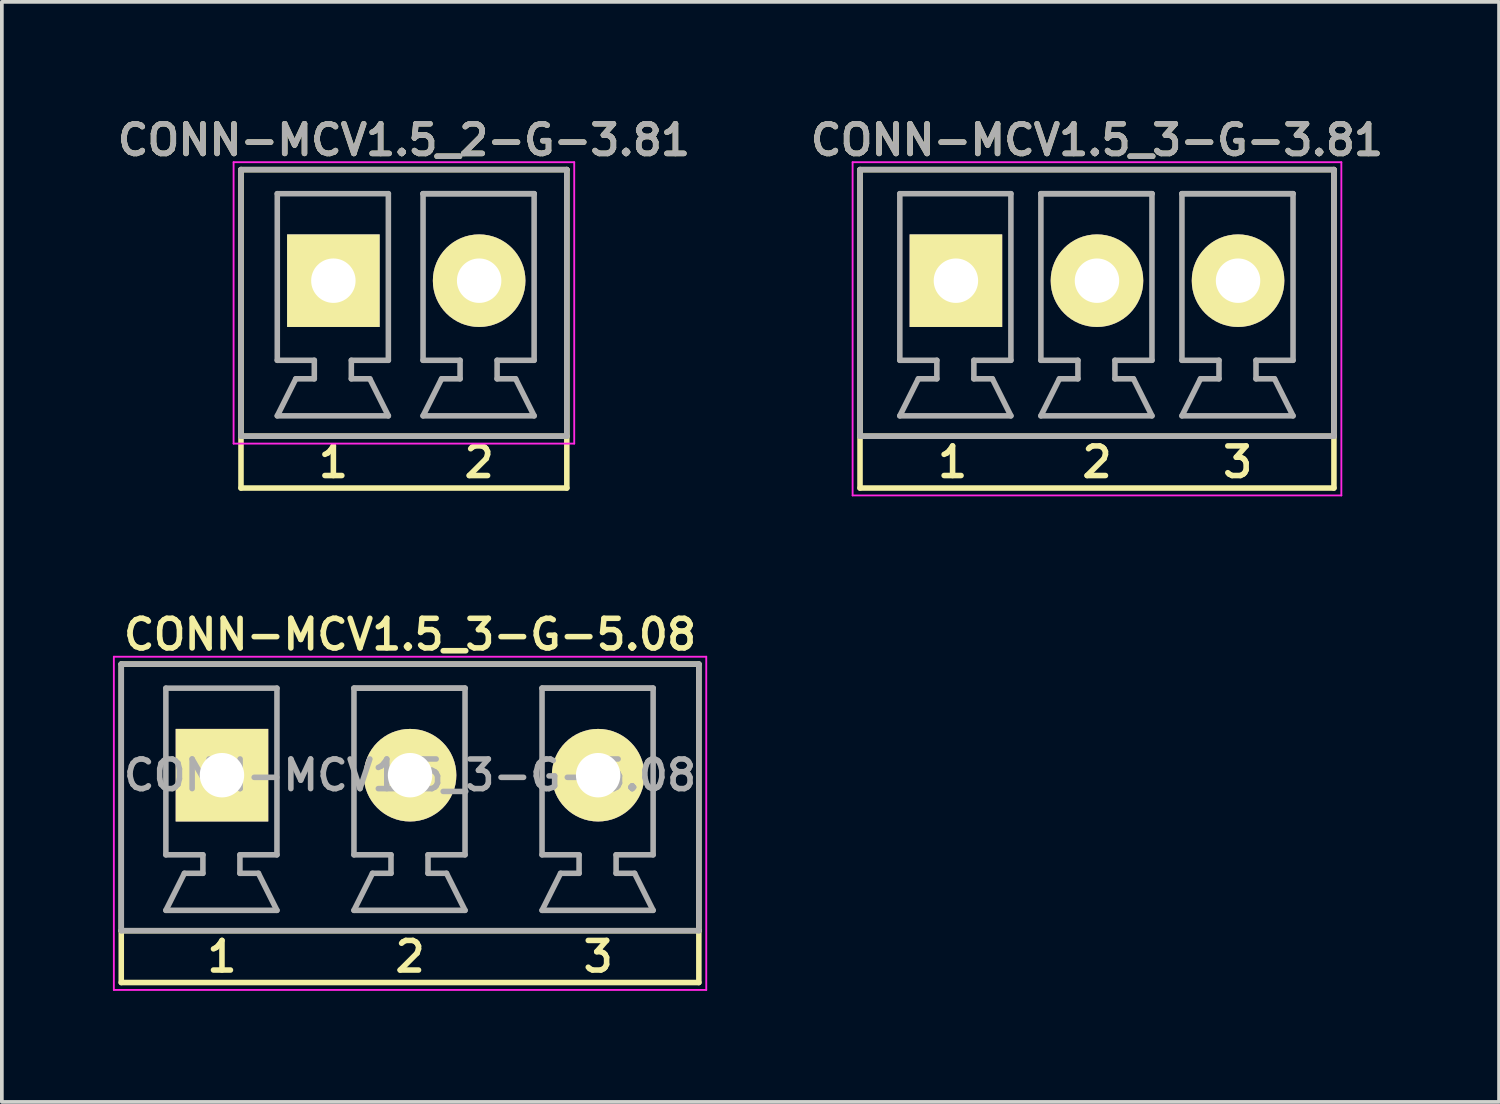
<source format=kicad_pcb>
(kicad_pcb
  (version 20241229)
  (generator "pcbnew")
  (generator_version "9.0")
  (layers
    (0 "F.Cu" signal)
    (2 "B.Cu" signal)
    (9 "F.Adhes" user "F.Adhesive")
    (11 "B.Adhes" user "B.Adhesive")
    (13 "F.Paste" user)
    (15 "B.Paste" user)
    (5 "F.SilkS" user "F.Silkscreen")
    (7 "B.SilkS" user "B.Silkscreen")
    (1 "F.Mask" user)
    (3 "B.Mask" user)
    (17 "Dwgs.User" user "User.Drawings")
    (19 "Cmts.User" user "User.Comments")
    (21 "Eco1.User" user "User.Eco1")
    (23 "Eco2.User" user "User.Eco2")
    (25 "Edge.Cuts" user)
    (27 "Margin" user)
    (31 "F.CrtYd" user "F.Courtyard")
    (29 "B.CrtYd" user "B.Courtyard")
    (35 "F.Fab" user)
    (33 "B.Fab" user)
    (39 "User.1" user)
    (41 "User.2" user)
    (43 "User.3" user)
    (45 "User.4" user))
  (footprint "CONN-MCV1.5_3-G-5.08"
    (layer "F.Cu")
    (at 8.025 17.887)
    (property "Reference" "CONN-MCV1.5_3-G-5.08" (at 0 -3.8 0) (layer "F.SilkS") (effects (font (size 0.8 0.8) (thickness 0.15))))
    (attr through_hole)
    (fp_line (start -7.8 -3) (end -7.8 4.2) (stroke (width 0.15) (type solid)) (layer "F.SilkS"))
    (fp_line (start -7.8 -3) (end 7.8 -3) (stroke (width 0.15) (type solid)) (layer "F.SilkS"))
    (fp_line (start -7.8 4.2) (end -7.8 5.6) (stroke (width 0.15) (type solid)) (layer "F.SilkS"))
    (fp_line (start -7.8 5.6) (end 7.8 5.6) (stroke (width 0.15) (type solid)) (layer "F.SilkS"))
    (fp_line (start 7.8 -3) (end 7.8 4.2) (stroke (width 0.15) (type solid)) (layer "F.SilkS"))
    (fp_line (start 7.8 4.2) (end -7.8 4.2) (stroke (width 0.15) (type solid)) (layer "F.SilkS"))
    (fp_line (start 7.8 5.6) (end 7.8 4.2) (stroke (width 0.15) (type solid)) (layer "F.SilkS"))
    (fp_line (start -8 -3.2) (end 8 -3.2) (stroke (width 0.05) (type solid)) (layer "F.CrtYd"))
    (fp_line (start -8 5.8) (end -8 -3.2) (stroke (width 0.05) (type solid)) (layer "F.CrtYd"))
    (fp_line (start 8 -3.2) (end 8 5.8) (stroke (width 0.05) (type solid)) (layer "F.CrtYd"))
    (fp_line (start 8 5.8) (end -8 5.8) (stroke (width 0.05) (type solid)) (layer "F.CrtYd"))
    (fp_line (start -7.8 -3) (end 7.8 -3) (stroke (width 0.15) (type solid)) (layer "F.Fab"))
    (fp_line (start -7.8 4.2) (end -7.8 -3) (stroke (width 0.15) (type solid)) (layer "F.Fab"))
    (fp_line (start -6.595 -2.35) (end -6.595 2.15) (stroke (width 0.15) (type solid)) (layer "F.Fab"))
    (fp_line (start -6.595 -2.35) (end -3.595 -2.35) (stroke (width 0.15) (type solid)) (layer "F.Fab"))
    (fp_line (start -6.595 3.65) (end -3.595 3.65) (stroke (width 0.15) (type solid)) (layer "F.Fab"))
    (fp_line (start -6.095 2.65) (end -6.595 3.65) (stroke (width 0.15) (type solid)) (layer "F.Fab"))
    (fp_line (start -5.595 2.15) (end -6.595 2.15) (stroke (width 0.15) (type solid)) (layer "F.Fab"))
    (fp_line (start -5.595 2.15) (end -5.595 2.65) (stroke (width 0.15) (type solid)) (layer "F.Fab"))
    (fp_line (start -5.595 2.65) (end -6.095 2.65) (stroke (width 0.15) (type solid)) (layer "F.Fab"))
    (fp_line (start -4.595 2.15) (end -4.595 2.65) (stroke (width 0.15) (type solid)) (layer "F.Fab"))
    (fp_line (start -4.595 2.65) (end -4.095 2.65) (stroke (width 0.15) (type solid)) (layer "F.Fab"))
    (fp_line (start -3.595 -2.35) (end -3.595 2.15) (stroke (width 0.15) (type solid)) (layer "F.Fab"))
    (fp_line (start -3.595 2.15) (end -4.595 2.15) (stroke (width 0.15) (type solid)) (layer "F.Fab"))
    (fp_line (start -3.595 3.65) (end -4.095 2.65) (stroke (width 0.15) (type solid)) (layer "F.Fab"))
    (fp_line (start -1.515 -2.35) (end -1.515 2.15) (stroke (width 0.15) (type solid)) (layer "F.Fab"))
    (fp_line (start -1.515 -2.35) (end 1.485 -2.35) (stroke (width 0.15) (type solid)) (layer "F.Fab"))
    (fp_line (start -1.515 -2.35) (end 1.485 -2.35) (stroke (width 0.15) (type solid)) (layer "F.Fab"))
    (fp_line (start -1.515 3.65) (end 1.485 3.65) (stroke (width 0.15) (type solid)) (layer "F.Fab"))
    (fp_line (start -1.015 2.65) (end -1.515 3.65) (stroke (width 0.15) (type solid)) (layer "F.Fab"))
    (fp_line (start -0.515 2.15) (end -1.515 2.15) (stroke (width 0.15) (type solid)) (layer "F.Fab"))
    (fp_line (start -0.515 2.15) (end -0.515 2.65) (stroke (width 0.15) (type solid)) (layer "F.Fab"))
    (fp_line (start -0.515 2.65) (end -1.015 2.65) (stroke (width 0.15) (type solid)) (layer "F.Fab"))
    (fp_line (start 0.485 2.15) (end 0.485 2.65) (stroke (width 0.15) (type solid)) (layer "F.Fab"))
    (fp_line (start 0.485 2.65) (end 0.985 2.65) (stroke (width 0.15) (type solid)) (layer "F.Fab"))
    (fp_line (start 1.485 -2.35) (end 1.485 2.15) (stroke (width 0.15) (type solid)) (layer "F.Fab"))
    (fp_line (start 1.485 2.15) (end 0.485 2.15) (stroke (width 0.15) (type solid)) (layer "F.Fab"))
    (fp_line (start 1.485 3.65) (end 0.985 2.65) (stroke (width 0.15) (type solid)) (layer "F.Fab"))
    (fp_line (start 3.565 -2.35) (end 3.565 2.15) (stroke (width 0.15) (type solid)) (layer "F.Fab"))
    (fp_line (start 3.565 -2.35) (end 6.565 -2.35) (stroke (width 0.15) (type solid)) (layer "F.Fab"))
    (fp_line (start 3.565 -2.35) (end 6.565 -2.35) (stroke (width 0.15) (type solid)) (layer "F.Fab"))
    (fp_line (start 3.565 3.65) (end 6.565 3.65) (stroke (width 0.15) (type solid)) (layer "F.Fab"))
    (fp_line (start 4.065 2.65) (end 3.565 3.65) (stroke (width 0.15) (type solid)) (layer "F.Fab"))
    (fp_line (start 4.565 2.15) (end 3.565 2.15) (stroke (width 0.15) (type solid)) (layer "F.Fab"))
    (fp_line (start 4.565 2.15) (end 4.565 2.65) (stroke (width 0.15) (type solid)) (layer "F.Fab"))
    (fp_line (start 4.565 2.65) (end 4.065 2.65) (stroke (width 0.15) (type solid)) (layer "F.Fab"))
    (fp_line (start 5.565 2.15) (end 5.565 2.65) (stroke (width 0.15) (type solid)) (layer "F.Fab"))
    (fp_line (start 5.565 2.65) (end 6.065 2.65) (stroke (width 0.15) (type solid)) (layer "F.Fab"))
    (fp_line (start 6.565 -2.35) (end 6.565 2.15) (stroke (width 0.15) (type solid)) (layer "F.Fab"))
    (fp_line (start 6.565 2.15) (end 5.565 2.15) (stroke (width 0.15) (type solid)) (layer "F.Fab"))
    (fp_line (start 6.565 3.65) (end 6.065 2.65) (stroke (width 0.15) (type solid)) (layer "F.Fab"))
    (fp_line (start 7.8 -3) (end 7.8 4.2) (stroke (width 0.15) (type solid)) (layer "F.Fab"))
    (fp_line (start 7.8 4.2) (end -7.8 4.2) (stroke (width 0.15) (type solid)) (layer "F.Fab"))
    (fp_text user "3" (at 5.08 4.9 0) (layer "F.SilkS") (effects (font (size 0.8 0.8) (thickness 0.15))))
    (fp_text user "2" (at 0 4.9 0) (layer "F.SilkS") (effects (font (size 0.8 0.8) (thickness 0.15))))
    (fp_text user "1" (at -5.08 4.9 0) (layer "F.SilkS") (effects (font (size 0.8 0.8) (thickness 0.15))))
    (fp_text user "${REFERENCE}" (at 0 0 0) (layer "F.Fab") (effects (font (size 0.8 0.8) (thickness 0.15))))
    (pad "1" thru_hole rect (at -5.08 0) (size 2.5 2.5) (drill 1.2) (layers "*.Cu" "*.Mask" "F.SilkS"))
    (pad "2" thru_hole circle (at 0 0) (size 2.5 2.5) (drill 1.2) (layers "*.Cu" "*.Mask" "F.SilkS"))
    (pad "3" thru_hole circle (at 5.08 0) (size 2.5 2.5) (drill 1.2) (layers "*.Cu" "*.Mask" "F.SilkS")))
  (footprint "CONN-MCV1.5_2-G-3.81"
    (layer "F.Cu")
    (at 7.859 4.531)
    (property "Reference" "CONN-MCV1.5_2-G-3.81" (at 0 -3.8 0) (layer "F.SilkS") (effects (font (size 0.8 0.8) (thickness 0.15))))
    (attr through_hole)
    (fp_line (start -4.4 -3) (end -4.4 5.6) (stroke (width 0.15) (type solid)) (layer "F.SilkS"))
    (fp_line (start -4.4 -3) (end 4.4 -3) (stroke (width 0.15) (type solid)) (layer "F.SilkS"))
    (fp_line (start -4.4 5.6) (end 4.4 5.6) (stroke (width 0.15) (type solid)) (layer "F.SilkS"))
    (fp_line (start 4.4 -3) (end 4.4 5.6) (stroke (width 0.15) (type solid)) (layer "F.SilkS"))
    (fp_line (start 4.4 4.2) (end -4.4 4.2) (stroke (width 0.15) (type solid)) (layer "F.SilkS"))
    (fp_line (start -4.6 -3.2) (end 4.6 -3.2) (stroke (width 0.05) (type solid)) (layer "F.CrtYd"))
    (fp_line (start -4.6 4.4) (end -4.6 -3.2) (stroke (width 0.05) (type solid)) (layer "F.CrtYd"))
    (fp_line (start 4.6 -3.2) (end 4.6 4.4) (stroke (width 0.05) (type solid)) (layer "F.CrtYd"))
    (fp_line (start 4.6 4.4) (end -4.6 4.4) (stroke (width 0.05) (type solid)) (layer "F.CrtYd"))
    (fp_line (start -4.4 -3) (end -4.4 4.2) (stroke (width 0.15) (type solid)) (layer "F.Fab"))
    (fp_line (start -4.4 -3) (end 4.4 -3) (stroke (width 0.15) (type solid)) (layer "F.Fab"))
    (fp_line (start -3.42 -2.35) (end -3.42 2.15) (stroke (width 0.15) (type solid)) (layer "F.Fab"))
    (fp_line (start -3.42 -2.35) (end -0.42 -2.35) (stroke (width 0.15) (type solid)) (layer "F.Fab"))
    (fp_line (start -3.42 3.65) (end -0.42 3.65) (stroke (width 0.15) (type solid)) (layer "F.Fab"))
    (fp_line (start -2.92 2.65) (end -3.42 3.65) (stroke (width 0.15) (type solid)) (layer "F.Fab"))
    (fp_line (start -2.42 2.15) (end -3.42 2.15) (stroke (width 0.15) (type solid)) (layer "F.Fab"))
    (fp_line (start -2.42 2.15) (end -2.42 2.65) (stroke (width 0.15) (type solid)) (layer "F.Fab"))
    (fp_line (start -2.42 2.65) (end -2.92 2.65) (stroke (width 0.15) (type solid)) (layer "F.Fab"))
    (fp_line (start -1.42 2.15) (end -1.42 2.65) (stroke (width 0.15) (type solid)) (layer "F.Fab"))
    (fp_line (start -1.42 2.65) (end -0.92 2.65) (stroke (width 0.15) (type solid)) (layer "F.Fab"))
    (fp_line (start -0.42 -2.35) (end -0.42 2.15) (stroke (width 0.15) (type solid)) (layer "F.Fab"))
    (fp_line (start -0.42 2.15) (end -1.42 2.15) (stroke (width 0.15) (type solid)) (layer "F.Fab"))
    (fp_line (start -0.42 3.65) (end -0.92 2.65) (stroke (width 0.15) (type solid)) (layer "F.Fab"))
    (fp_line (start 0.517 -2.35) (end 0.517 2.15) (stroke (width 0.15) (type solid)) (layer "F.Fab"))
    (fp_line (start 0.517 -2.35) (end 3.517 -2.35) (stroke (width 0.15) (type solid)) (layer "F.Fab"))
    (fp_line (start 0.517 -2.35) (end 3.517 -2.35) (stroke (width 0.15) (type solid)) (layer "F.Fab"))
    (fp_line (start 0.517 3.65) (end 3.517 3.65) (stroke (width 0.15) (type solid)) (layer "F.Fab"))
    (fp_line (start 1.017 2.65) (end 0.517 3.65) (stroke (width 0.15) (type solid)) (layer "F.Fab"))
    (fp_line (start 1.517 2.15) (end 0.517 2.15) (stroke (width 0.15) (type solid)) (layer "F.Fab"))
    (fp_line (start 1.517 2.15) (end 1.517 2.65) (stroke (width 0.15) (type solid)) (layer "F.Fab"))
    (fp_line (start 1.517 2.65) (end 1.017 2.65) (stroke (width 0.15) (type solid)) (layer "F.Fab"))
    (fp_line (start 2.517 2.15) (end 2.517 2.65) (stroke (width 0.15) (type solid)) (layer "F.Fab"))
    (fp_line (start 2.517 2.65) (end 3.017 2.65) (stroke (width 0.15) (type solid)) (layer "F.Fab"))
    (fp_line (start 3.517 -2.35) (end 3.517 2.15) (stroke (width 0.15) (type solid)) (layer "F.Fab"))
    (fp_line (start 3.517 2.15) (end 2.517 2.15) (stroke (width 0.15) (type solid)) (layer "F.Fab"))
    (fp_line (start 3.517 3.65) (end 3.017 2.65) (stroke (width 0.15) (type solid)) (layer "F.Fab"))
    (fp_line (start 4.4 -3) (end 4.4 4.2) (stroke (width 0.15) (type solid)) (layer "F.Fab"))
    (fp_line (start 4.4 4.2) (end -4.4 4.2) (stroke (width 0.15) (type solid)) (layer "F.Fab"))
    (fp_text user "2" (at 2.032 4.9 0) (layer "F.SilkS") (effects (font (size 0.8 0.8) (thickness 0.15))))
    (fp_text user "1" (at -1.905 4.9 0) (layer "F.SilkS") (effects (font (size 0.8 0.8) (thickness 0.15))))
    (fp_text user "${REFERENCE}" (at 0 -3.8 0) (layer "F.Fab") (effects (font (size 0.8 0.8) (thickness 0.15))))
    (pad "1" thru_hole rect (at -1.905 0) (size 2.5 2.5) (drill 1.2) (layers "*.Cu" "*.Mask" "F.SilkS"))
    (pad "2" thru_hole circle (at 2.032 0) (size 2.5 2.5) (drill 1.2) (layers "*.Cu" "*.Mask" "F.SilkS")))
  (footprint "CONN-MCV1.5_3-G-3.81"
    (layer "F.Cu")
    (at 26.578 4.531)
    (property "Reference" "CONN-MCV1.5_3-G-3.81" (at 0 -3.8 0) (layer "F.SilkS") (effects (font (size 0.8 0.8) (thickness 0.15))))
    (attr through_hole)
    (fp_line (start -6.4 -3) (end -6.4 5.6) (stroke (width 0.15) (type solid)) (layer "F.SilkS"))
    (fp_line (start -6.4 -3) (end 6.4 -3) (stroke (width 0.15) (type solid)) (layer "F.SilkS"))
    (fp_line (start -6.4 5.6) (end 6.4 5.6) (stroke (width 0.15) (type solid)) (layer "F.SilkS"))
    (fp_line (start 6.4 -3) (end 6.4 5.6) (stroke (width 0.15) (type solid)) (layer "F.SilkS"))
    (fp_line (start 6.4 4.2) (end -6.4 4.2) (stroke (width 0.15) (type solid)) (layer "F.SilkS"))
    (fp_line (start -6.6 -3.2) (end 6.6 -3.2) (stroke (width 0.05) (type solid)) (layer "F.CrtYd"))
    (fp_line (start -6.6 5.8) (end -6.6 -3.2) (stroke (width 0.05) (type solid)) (layer "F.CrtYd"))
    (fp_line (start 6.6 -3.2) (end 6.6 5.8) (stroke (width 0.05) (type solid)) (layer "F.CrtYd"))
    (fp_line (start 6.6 5.8) (end -6.6 5.8) (stroke (width 0.05) (type solid)) (layer "F.CrtYd"))
    (fp_line (start -6.4 -3) (end -6.4 4.2) (stroke (width 0.15) (type solid)) (layer "F.Fab"))
    (fp_line (start -6.4 -3) (end 6.4 -3) (stroke (width 0.15) (type solid)) (layer "F.Fab"))
    (fp_line (start -5.325 -2.35) (end -5.325 2.15) (stroke (width 0.15) (type solid)) (layer "F.Fab"))
    (fp_line (start -5.325 -2.35) (end -2.325 -2.35) (stroke (width 0.15) (type solid)) (layer "F.Fab"))
    (fp_line (start -5.325 3.65) (end -2.325 3.65) (stroke (width 0.15) (type solid)) (layer "F.Fab"))
    (fp_line (start -4.825 2.65) (end -5.325 3.65) (stroke (width 0.15) (type solid)) (layer "F.Fab"))
    (fp_line (start -4.325 2.15) (end -5.325 2.15) (stroke (width 0.15) (type solid)) (layer "F.Fab"))
    (fp_line (start -4.325 2.15) (end -4.325 2.65) (stroke (width 0.15) (type solid)) (layer "F.Fab"))
    (fp_line (start -4.325 2.65) (end -4.825 2.65) (stroke (width 0.15) (type solid)) (layer "F.Fab"))
    (fp_line (start -3.325 2.15) (end -3.325 2.65) (stroke (width 0.15) (type solid)) (layer "F.Fab"))
    (fp_line (start -3.325 2.65) (end -2.825 2.65) (stroke (width 0.15) (type solid)) (layer "F.Fab"))
    (fp_line (start -2.325 -2.35) (end -2.325 2.15) (stroke (width 0.15) (type solid)) (layer "F.Fab"))
    (fp_line (start -2.325 2.15) (end -3.325 2.15) (stroke (width 0.15) (type solid)) (layer "F.Fab"))
    (fp_line (start -2.325 3.65) (end -2.825 2.65) (stroke (width 0.15) (type solid)) (layer "F.Fab"))
    (fp_line (start -1.515 -2.35) (end -1.515 2.15) (stroke (width 0.15) (type solid)) (layer "F.Fab"))
    (fp_line (start -1.515 -2.35) (end 1.485 -2.35) (stroke (width 0.15) (type solid)) (layer "F.Fab"))
    (fp_line (start -1.515 -2.35) (end 1.485 -2.35) (stroke (width 0.15) (type solid)) (layer "F.Fab"))
    (fp_line (start -1.515 3.65) (end 1.485 3.65) (stroke (width 0.15) (type solid)) (layer "F.Fab"))
    (fp_line (start -1.015 2.65) (end -1.515 3.65) (stroke (width 0.15) (type solid)) (layer "F.Fab"))
    (fp_line (start -0.515 2.15) (end -1.515 2.15) (stroke (width 0.15) (type solid)) (layer "F.Fab"))
    (fp_line (start -0.515 2.15) (end -0.515 2.65) (stroke (width 0.15) (type solid)) (layer "F.Fab"))
    (fp_line (start -0.515 2.65) (end -1.015 2.65) (stroke (width 0.15) (type solid)) (layer "F.Fab"))
    (fp_line (start 0.485 2.15) (end 0.485 2.65) (stroke (width 0.15) (type solid)) (layer "F.Fab"))
    (fp_line (start 0.485 2.65) (end 0.985 2.65) (stroke (width 0.15) (type solid)) (layer "F.Fab"))
    (fp_line (start 1.485 -2.35) (end 1.485 2.15) (stroke (width 0.15) (type solid)) (layer "F.Fab"))
    (fp_line (start 1.485 2.15) (end 0.485 2.15) (stroke (width 0.15) (type solid)) (layer "F.Fab"))
    (fp_line (start 1.485 3.65) (end 0.985 2.65) (stroke (width 0.15) (type solid)) (layer "F.Fab"))
    (fp_line (start 2.295 -2.35) (end 2.295 2.15) (stroke (width 0.15) (type solid)) (layer "F.Fab"))
    (fp_line (start 2.295 -2.35) (end 5.295 -2.35) (stroke (width 0.15) (type solid)) (layer "F.Fab"))
    (fp_line (start 2.295 -2.35) (end 5.295 -2.35) (stroke (width 0.15) (type solid)) (layer "F.Fab"))
    (fp_line (start 2.295 3.65) (end 5.295 3.65) (stroke (width 0.15) (type solid)) (layer "F.Fab"))
    (fp_line (start 2.795 2.65) (end 2.295 3.65) (stroke (width 0.15) (type solid)) (layer "F.Fab"))
    (fp_line (start 3.295 2.15) (end 2.295 2.15) (stroke (width 0.15) (type solid)) (layer "F.Fab"))
    (fp_line (start 3.295 2.15) (end 3.295 2.65) (stroke (width 0.15) (type solid)) (layer "F.Fab"))
    (fp_line (start 3.295 2.65) (end 2.795 2.65) (stroke (width 0.15) (type solid)) (layer "F.Fab"))
    (fp_line (start 4.295 2.15) (end 4.295 2.65) (stroke (width 0.15) (type solid)) (layer "F.Fab"))
    (fp_line (start 4.295 2.65) (end 4.795 2.65) (stroke (width 0.15) (type solid)) (layer "F.Fab"))
    (fp_line (start 5.295 -2.35) (end 5.295 2.15) (stroke (width 0.15) (type solid)) (layer "F.Fab"))
    (fp_line (start 5.295 2.15) (end 4.295 2.15) (stroke (width 0.15) (type solid)) (layer "F.Fab"))
    (fp_line (start 5.295 3.65) (end 4.795 2.65) (stroke (width 0.15) (type solid)) (layer "F.Fab"))
    (fp_line (start 6.4 -3) (end 6.4 4.2) (stroke (width 0.15) (type solid)) (layer "F.Fab"))
    (fp_line (start 6.4 4.2) (end -6.4 4.2) (stroke (width 0.15) (type solid)) (layer "F.Fab"))
    (fp_text user "1" (at -3.9 4.9 0) (layer "F.SilkS") (effects (font (size 0.8 0.8) (thickness 0.15))))
    (fp_text user "2" (at 0 4.9 0) (layer "F.SilkS") (effects (font (size 0.8 0.8) (thickness 0.15))))
    (fp_text user "3" (at 3.8 4.9 0) (layer "F.SilkS") (effects (font (size 0.8 0.8) (thickness 0.15))))
    (fp_text user "${REFERENCE}" (at 0 -3.8 0) (layer "F.Fab") (effects (font (size 0.8 0.8) (thickness 0.15))))
    (pad "1" thru_hole rect (at -3.81 0) (size 2.5 2.5) (drill 1.2) (layers "*.Cu" "*.Mask" "F.SilkS"))
    (pad "2" thru_hole circle (at 0 0) (size 2.5 2.5) (drill 1.2) (layers "*.Cu" "*.Mask" "F.SilkS"))
    (pad "3" thru_hole circle (at 3.81 0) (size 2.5 2.5) (drill 1.2) (layers "*.Cu" "*.Mask" "F.SilkS")))
  (gr_rect
    (start -3 -3)
    (end 37.437 26.712)
    (stroke (width 0.1) (type default))
    (fill no)
    (layer "Edge.Cuts")))
</source>
